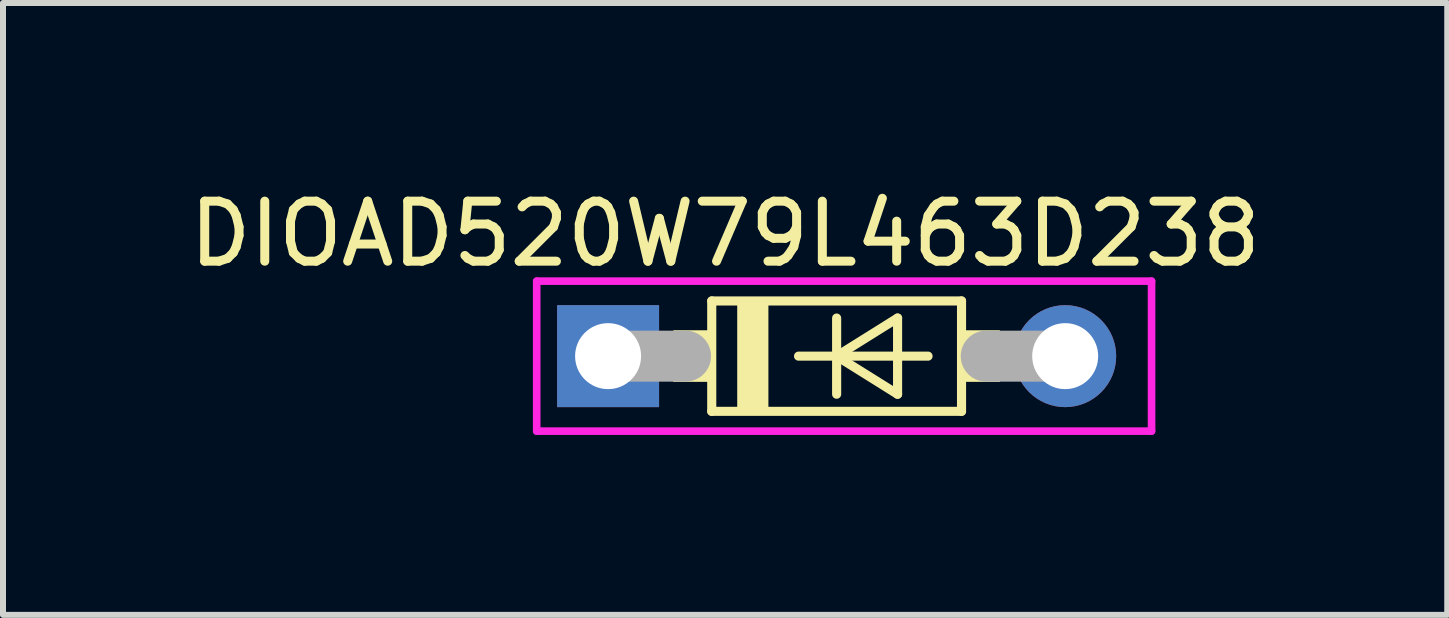
<source format=kicad_pcb>
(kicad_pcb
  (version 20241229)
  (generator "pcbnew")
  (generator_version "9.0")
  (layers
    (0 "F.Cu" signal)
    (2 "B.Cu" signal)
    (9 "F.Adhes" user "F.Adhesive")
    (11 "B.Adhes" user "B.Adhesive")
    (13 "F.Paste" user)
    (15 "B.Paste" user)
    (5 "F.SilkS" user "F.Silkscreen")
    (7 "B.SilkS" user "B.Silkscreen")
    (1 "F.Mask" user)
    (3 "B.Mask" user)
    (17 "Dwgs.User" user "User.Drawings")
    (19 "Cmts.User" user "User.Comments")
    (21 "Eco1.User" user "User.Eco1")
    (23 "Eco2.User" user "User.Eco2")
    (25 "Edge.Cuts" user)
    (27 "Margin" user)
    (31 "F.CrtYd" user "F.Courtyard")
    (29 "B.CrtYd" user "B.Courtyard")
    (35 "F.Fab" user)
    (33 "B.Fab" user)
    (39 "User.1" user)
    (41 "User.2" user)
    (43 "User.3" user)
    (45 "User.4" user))
  (footprint "DIOAD520W79L463D238"
    (layer "F.Cu")
    (at 10.897 2.887)
    (property "Reference" "DIOAD520W79L463D238" (at -1.859 -2.038 0) (layer "F.SilkS") (effects (font (size 1.001 1.001) (thickness 0.15))))
    (attr through_hole)
    (fp_line (start -2.082 -0.92) (end -2.082 0.92) (stroke (width 0.152) (type solid)) (layer "F.SilkS"))
    (fp_line (start -2.082 -0.92) (end 2.082 -0.92) (stroke (width 0.152) (type solid)) (layer "F.SilkS"))
    (fp_line (start -0.635 0) (end 0 0) (stroke (width 0.152) (type solid)) (layer "F.SilkS"))
    (fp_line (start 0 -0.635) (end 0 0) (stroke (width 0.152) (type solid)) (layer "F.SilkS"))
    (fp_line (start 0 0) (end 0 0.635) (stroke (width 0.152) (type solid)) (layer "F.SilkS"))
    (fp_line (start 0 0) (end 1.016 -0.635) (stroke (width 0.152) (type solid)) (layer "F.SilkS"))
    (fp_line (start 0 0) (end 1.524 0) (stroke (width 0.152) (type solid)) (layer "F.SilkS"))
    (fp_line (start 1.016 -0.635) (end 1.016 0.635) (stroke (width 0.152) (type solid)) (layer "F.SilkS"))
    (fp_line (start 1.016 0.635) (end 0 0) (stroke (width 0.152) (type solid)) (layer "F.SilkS"))
    (fp_line (start 2.082 0.92) (end -2.082 0.92) (stroke (width 0.152) (type solid)) (layer "F.SilkS"))
    (fp_line (start 2.082 0.92) (end 2.082 -0.92) (stroke (width 0.152) (type solid)) (layer "F.SilkS"))
    (fp_poly (pts (xy -2.718 -0.425) (xy -2.082 -0.425) (xy -2.082 0.425) (xy -2.718 0.425)) (stroke (width 0.01) (type solid)) (fill yes) (layer "F.SilkS"))
    (fp_poly (pts (xy -1.652 -0.92) (xy -1.143 -0.92) (xy -1.143 0.951) (xy -1.652 0.951)) (stroke (width 0.01) (type solid)) (fill yes) (layer "F.SilkS"))
    (fp_poly (pts (xy 2.083 -0.425) (xy 2.717 -0.425) (xy 2.717 0.425) (xy 2.083 0.425)) (stroke (width 0.01) (type solid)) (fill yes) (layer "F.SilkS"))
    (fp_line (start -5 -1.25) (end 5.25 -1.25) (stroke (width 0.127) (type solid)) (layer "F.CrtYd"))
    (fp_line (start -5 1.25) (end -5 -1.25) (stroke (width 0.127) (type solid)) (layer "F.CrtYd"))
    (fp_line (start 5.25 -1.25) (end 5.25 1.25) (stroke (width 0.127) (type solid)) (layer "F.CrtYd"))
    (fp_line (start 5.25 1.25) (end -5 1.25) (stroke (width 0.127) (type solid)) (layer "F.CrtYd"))
    (fp_line (start -3.81 0) (end -2.519 0) (stroke (width 0.85) (type solid)) (layer "F.Fab"))
    (fp_line (start 3.81 0) (end 2.494 0) (stroke (width 0.85) (type solid)) (layer "F.Fab"))
    (pad "A" thru_hole circle (at 3.81 0) (size 1.7 1.7) (drill 1.1) (layers "*.Cu" "*.Mask"))
    (pad "C" thru_hole rect (at -3.81 0) (size 1.7 1.7) (drill 1.1) (layers "*.Cu" "*.Mask")))
  (gr_rect
    (start -3 -3)
    (end 21.076 7.2)
    (stroke (width 0.1) (type default))
    (fill no)
    (layer "Edge.Cuts")))
</source>
